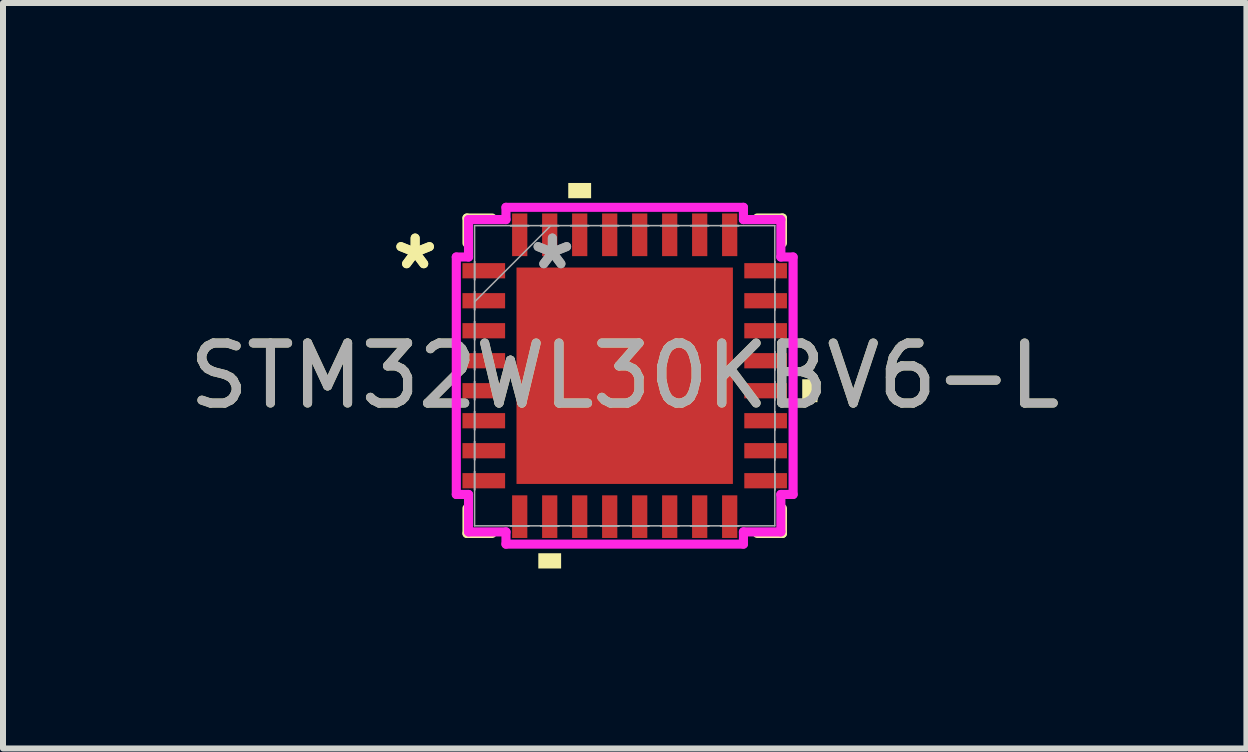
<source format=kicad_pcb>
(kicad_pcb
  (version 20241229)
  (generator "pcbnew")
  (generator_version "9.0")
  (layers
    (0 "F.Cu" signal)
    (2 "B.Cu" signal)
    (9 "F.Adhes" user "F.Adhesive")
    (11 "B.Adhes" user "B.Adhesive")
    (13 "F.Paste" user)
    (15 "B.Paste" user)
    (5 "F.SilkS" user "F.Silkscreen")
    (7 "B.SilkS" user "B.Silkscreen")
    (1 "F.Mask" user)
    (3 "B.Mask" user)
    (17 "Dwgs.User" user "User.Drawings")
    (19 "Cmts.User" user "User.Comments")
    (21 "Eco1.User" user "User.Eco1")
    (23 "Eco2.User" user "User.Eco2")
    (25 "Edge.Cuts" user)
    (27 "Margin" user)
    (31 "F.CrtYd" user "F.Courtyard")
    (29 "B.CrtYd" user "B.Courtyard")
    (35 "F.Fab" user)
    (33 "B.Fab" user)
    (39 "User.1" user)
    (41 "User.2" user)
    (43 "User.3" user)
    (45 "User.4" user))
  (footprint "STM32WL30KBV6-L"
    (layer "F.Cu")
    (at 7.363 3.213)
    (property "Reference" "STM32WL30KBV6-L" (at 0 0 0) (unlocked yes) (layer "F.SilkS") (effects (font (size 1 1) (thickness 0.15))))
    (attr smd)
    (fp_line (start -2.629 -2.629) (end -2.629 -2.21) (stroke (width 0.152) (type solid)) (layer "F.SilkS"))
    (fp_line (start -2.629 2.21) (end -2.629 2.629) (stroke (width 0.152) (type solid)) (layer "F.SilkS"))
    (fp_line (start -2.629 2.629) (end -2.21 2.629) (stroke (width 0.152) (type solid)) (layer "F.SilkS"))
    (fp_line (start -2.21 -2.629) (end -2.629 -2.629) (stroke (width 0.152) (type solid)) (layer "F.SilkS"))
    (fp_line (start 2.21 2.629) (end 2.629 2.629) (stroke (width 0.152) (type solid)) (layer "F.SilkS"))
    (fp_line (start 2.629 -2.629) (end 2.21 -2.629) (stroke (width 0.152) (type solid)) (layer "F.SilkS"))
    (fp_line (start 2.629 -2.21) (end 2.629 -2.629) (stroke (width 0.152) (type solid)) (layer "F.SilkS"))
    (fp_line (start 2.629 2.629) (end 2.629 2.21) (stroke (width 0.152) (type solid)) (layer "F.SilkS"))
    (fp_poly (pts (xy -1.44 2.959) (xy -1.44 3.213) (xy -1.06 3.213) (xy -1.06 2.959)) (stroke (width 0) (type solid)) (fill yes) (layer "F.SilkS"))
    (fp_poly (pts (xy -0.941 -2.959) (xy -0.941 -3.213) (xy -0.56 -3.213) (xy -0.56 -2.959)) (stroke (width 0) (type solid)) (fill yes) (layer "F.SilkS"))
    (fp_poly (pts (xy 3.213 0.059) (xy 3.213 0.441) (xy 2.959 0.441) (xy 2.959 0.059)) (stroke (width 0) (type solid)) (fill yes) (layer "F.SilkS"))
    (fp_line (start -2.807 -1.979) (end -2.603 -1.979) (stroke (width 0.152) (type solid)) (layer "F.CrtYd"))
    (fp_line (start -2.807 1.979) (end -2.807 -1.979) (stroke (width 0.152) (type solid)) (layer "F.CrtYd"))
    (fp_line (start -2.603 -2.603) (end -1.979 -2.603) (stroke (width 0.152) (type solid)) (layer "F.CrtYd"))
    (fp_line (start -2.603 -1.979) (end -2.603 -2.603) (stroke (width 0.152) (type solid)) (layer "F.CrtYd"))
    (fp_line (start -2.603 1.979) (end -2.807 1.979) (stroke (width 0.152) (type solid)) (layer "F.CrtYd"))
    (fp_line (start -2.603 2.603) (end -2.603 1.979) (stroke (width 0.152) (type solid)) (layer "F.CrtYd"))
    (fp_line (start -1.979 -2.807) (end 1.979 -2.807) (stroke (width 0.152) (type solid)) (layer "F.CrtYd"))
    (fp_line (start -1.979 -2.603) (end -1.979 -2.807) (stroke (width 0.152) (type solid)) (layer "F.CrtYd"))
    (fp_line (start -1.979 2.603) (end -2.603 2.603) (stroke (width 0.152) (type solid)) (layer "F.CrtYd"))
    (fp_line (start -1.979 2.807) (end -1.979 2.603) (stroke (width 0.152) (type solid)) (layer "F.CrtYd"))
    (fp_line (start 1.979 -2.807) (end 1.979 -2.603) (stroke (width 0.152) (type solid)) (layer "F.CrtYd"))
    (fp_line (start 1.979 -2.603) (end 2.603 -2.603) (stroke (width 0.152) (type solid)) (layer "F.CrtYd"))
    (fp_line (start 1.979 2.603) (end 1.979 2.807) (stroke (width 0.152) (type solid)) (layer "F.CrtYd"))
    (fp_line (start 1.979 2.807) (end -1.979 2.807) (stroke (width 0.152) (type solid)) (layer "F.CrtYd"))
    (fp_line (start 2.603 -2.603) (end 2.603 -1.979) (stroke (width 0.152) (type solid)) (layer "F.CrtYd"))
    (fp_line (start 2.603 -1.979) (end 2.807 -1.979) (stroke (width 0.152) (type solid)) (layer "F.CrtYd"))
    (fp_line (start 2.603 1.979) (end 2.603 2.603) (stroke (width 0.152) (type solid)) (layer "F.CrtYd"))
    (fp_line (start 2.603 2.603) (end 1.979 2.603) (stroke (width 0.152) (type solid)) (layer "F.CrtYd"))
    (fp_line (start 2.807 -1.979) (end 2.807 1.979) (stroke (width 0.152) (type solid)) (layer "F.CrtYd"))
    (fp_line (start 2.807 1.979) (end 2.603 1.979) (stroke (width 0.152) (type solid)) (layer "F.CrtYd"))
    (fp_line (start -2.502 -2.502) (end -2.502 2.502) (stroke (width 0.025) (type solid)) (layer "F.Fab"))
    (fp_line (start -2.502 -1.902) (end -2.502 -1.902) (stroke (width 0.025) (type solid)) (layer "F.Fab"))
    (fp_line (start -2.502 -1.902) (end -2.502 -1.598) (stroke (width 0.025) (type solid)) (layer "F.Fab"))
    (fp_line (start -2.502 -1.598) (end -2.502 -1.902) (stroke (width 0.025) (type solid)) (layer "F.Fab"))
    (fp_line (start -2.502 -1.598) (end -2.502 -1.598) (stroke (width 0.025) (type solid)) (layer "F.Fab"))
    (fp_line (start -2.502 -1.402) (end -2.502 -1.402) (stroke (width 0.025) (type solid)) (layer "F.Fab"))
    (fp_line (start -2.502 -1.402) (end -2.502 -1.098) (stroke (width 0.025) (type solid)) (layer "F.Fab"))
    (fp_line (start -2.502 -1.232) (end -1.232 -2.502) (stroke (width 0.025) (type solid)) (layer "F.Fab"))
    (fp_line (start -2.502 -1.098) (end -2.502 -1.402) (stroke (width 0.025) (type solid)) (layer "F.Fab"))
    (fp_line (start -2.502 -1.098) (end -2.502 -1.098) (stroke (width 0.025) (type solid)) (layer "F.Fab"))
    (fp_line (start -2.502 -0.902) (end -2.502 -0.902) (stroke (width 0.025) (type solid)) (layer "F.Fab"))
    (fp_line (start -2.502 -0.902) (end -2.502 -0.598) (stroke (width 0.025) (type solid)) (layer "F.Fab"))
    (fp_line (start -2.502 -0.598) (end -2.502 -0.902) (stroke (width 0.025) (type solid)) (layer "F.Fab"))
    (fp_line (start -2.502 -0.598) (end -2.502 -0.598) (stroke (width 0.025) (type solid)) (layer "F.Fab"))
    (fp_line (start -2.502 -0.402) (end -2.502 -0.402) (stroke (width 0.025) (type solid)) (layer "F.Fab"))
    (fp_line (start -2.502 -0.402) (end -2.502 -0.098) (stroke (width 0.025) (type solid)) (layer "F.Fab"))
    (fp_line (start -2.502 -0.098) (end -2.502 -0.402) (stroke (width 0.025) (type solid)) (layer "F.Fab"))
    (fp_line (start -2.502 -0.098) (end -2.502 -0.098) (stroke (width 0.025) (type solid)) (layer "F.Fab"))
    (fp_line (start -2.502 0.098) (end -2.502 0.098) (stroke (width 0.025) (type solid)) (layer "F.Fab"))
    (fp_line (start -2.502 0.098) (end -2.502 0.402) (stroke (width 0.025) (type solid)) (layer "F.Fab"))
    (fp_line (start -2.502 0.402) (end -2.502 0.098) (stroke (width 0.025) (type solid)) (layer "F.Fab"))
    (fp_line (start -2.502 0.402) (end -2.502 0.402) (stroke (width 0.025) (type solid)) (layer "F.Fab"))
    (fp_line (start -2.502 0.598) (end -2.502 0.598) (stroke (width 0.025) (type solid)) (layer "F.Fab"))
    (fp_line (start -2.502 0.598) (end -2.502 0.902) (stroke (width 0.025) (type solid)) (layer "F.Fab"))
    (fp_line (start -2.502 0.902) (end -2.502 0.598) (stroke (width 0.025) (type solid)) (layer "F.Fab"))
    (fp_line (start -2.502 0.902) (end -2.502 0.902) (stroke (width 0.025) (type solid)) (layer "F.Fab"))
    (fp_line (start -2.502 1.098) (end -2.502 1.098) (stroke (width 0.025) (type solid)) (layer "F.Fab"))
    (fp_line (start -2.502 1.098) (end -2.502 1.402) (stroke (width 0.025) (type solid)) (layer "F.Fab"))
    (fp_line (start -2.502 1.402) (end -2.502 1.098) (stroke (width 0.025) (type solid)) (layer "F.Fab"))
    (fp_line (start -2.502 1.402) (end -2.502 1.402) (stroke (width 0.025) (type solid)) (layer "F.Fab"))
    (fp_line (start -2.502 1.598) (end -2.502 1.598) (stroke (width 0.025) (type solid)) (layer "F.Fab"))
    (fp_line (start -2.502 1.598) (end -2.502 1.902) (stroke (width 0.025) (type solid)) (layer "F.Fab"))
    (fp_line (start -2.502 1.902) (end -2.502 1.598) (stroke (width 0.025) (type solid)) (layer "F.Fab"))
    (fp_line (start -2.502 1.902) (end -2.502 1.902) (stroke (width 0.025) (type solid)) (layer "F.Fab"))
    (fp_line (start -2.502 2.502) (end 2.502 2.502) (stroke (width 0.025) (type solid)) (layer "F.Fab"))
    (fp_line (start -1.902 -2.502) (end -1.902 -2.502) (stroke (width 0.025) (type solid)) (layer "F.Fab"))
    (fp_line (start -1.902 -2.502) (end -1.598 -2.502) (stroke (width 0.025) (type solid)) (layer "F.Fab"))
    (fp_line (start -1.902 2.502) (end -1.902 2.502) (stroke (width 0.025) (type solid)) (layer "F.Fab"))
    (fp_line (start -1.902 2.502) (end -1.598 2.502) (stroke (width 0.025) (type solid)) (layer "F.Fab"))
    (fp_line (start -1.598 -2.502) (end -1.902 -2.502) (stroke (width 0.025) (type solid)) (layer "F.Fab"))
    (fp_line (start -1.598 -2.502) (end -1.598 -2.502) (stroke (width 0.025) (type solid)) (layer "F.Fab"))
    (fp_line (start -1.598 2.502) (end -1.902 2.502) (stroke (width 0.025) (type solid)) (layer "F.Fab"))
    (fp_line (start -1.598 2.502) (end -1.598 2.502) (stroke (width 0.025) (type solid)) (layer "F.Fab"))
    (fp_line (start -1.402 -2.502) (end -1.402 -2.502) (stroke (width 0.025) (type solid)) (layer "F.Fab"))
    (fp_line (start -1.402 -2.502) (end -1.098 -2.502) (stroke (width 0.025) (type solid)) (layer "F.Fab"))
    (fp_line (start -1.402 2.502) (end -1.402 2.502) (stroke (width 0.025) (type solid)) (layer "F.Fab"))
    (fp_line (start -1.402 2.502) (end -1.098 2.502) (stroke (width 0.025) (type solid)) (layer "F.Fab"))
    (fp_line (start -1.098 -2.502) (end -1.402 -2.502) (stroke (width 0.025) (type solid)) (layer "F.Fab"))
    (fp_line (start -1.098 -2.502) (end -1.098 -2.502) (stroke (width 0.025) (type solid)) (layer "F.Fab"))
    (fp_line (start -1.098 2.502) (end -1.402 2.502) (stroke (width 0.025) (type solid)) (layer "F.Fab"))
    (fp_line (start -1.098 2.502) (end -1.098 2.502) (stroke (width 0.025) (type solid)) (layer "F.Fab"))
    (fp_line (start -0.902 -2.502) (end -0.902 -2.502) (stroke (width 0.025) (type solid)) (layer "F.Fab"))
    (fp_line (start -0.902 -2.502) (end -0.598 -2.502) (stroke (width 0.025) (type solid)) (layer "F.Fab"))
    (fp_line (start -0.902 2.502) (end -0.902 2.502) (stroke (width 0.025) (type solid)) (layer "F.Fab"))
    (fp_line (start -0.902 2.502) (end -0.598 2.502) (stroke (width 0.025) (type solid)) (layer "F.Fab"))
    (fp_line (start -0.598 -2.502) (end -0.902 -2.502) (stroke (width 0.025) (type solid)) (layer "F.Fab"))
    (fp_line (start -0.598 -2.502) (end -0.598 -2.502) (stroke (width 0.025) (type solid)) (layer "F.Fab"))
    (fp_line (start -0.598 2.502) (end -0.902 2.502) (stroke (width 0.025) (type solid)) (layer "F.Fab"))
    (fp_line (start -0.598 2.502) (end -0.598 2.502) (stroke (width 0.025) (type solid)) (layer "F.Fab"))
    (fp_line (start -0.402 -2.502) (end -0.402 -2.502) (stroke (width 0.025) (type solid)) (layer "F.Fab"))
    (fp_line (start -0.402 -2.502) (end -0.098 -2.502) (stroke (width 0.025) (type solid)) (layer "F.Fab"))
    (fp_line (start -0.402 2.502) (end -0.402 2.502) (stroke (width 0.025) (type solid)) (layer "F.Fab"))
    (fp_line (start -0.402 2.502) (end -0.098 2.502) (stroke (width 0.025) (type solid)) (layer "F.Fab"))
    (fp_line (start -0.098 -2.502) (end -0.402 -2.502) (stroke (width 0.025) (type solid)) (layer "F.Fab"))
    (fp_line (start -0.098 -2.502) (end -0.098 -2.502) (stroke (width 0.025) (type solid)) (layer "F.Fab"))
    (fp_line (start -0.098 2.502) (end -0.402 2.502) (stroke (width 0.025) (type solid)) (layer "F.Fab"))
    (fp_line (start -0.098 2.502) (end -0.098 2.502) (stroke (width 0.025) (type solid)) (layer "F.Fab"))
    (fp_line (start 0.098 -2.502) (end 0.098 -2.502) (stroke (width 0.025) (type solid)) (layer "F.Fab"))
    (fp_line (start 0.098 -2.502) (end 0.402 -2.502) (stroke (width 0.025) (type solid)) (layer "F.Fab"))
    (fp_line (start 0.098 2.502) (end 0.098 2.502) (stroke (width 0.025) (type solid)) (layer "F.Fab"))
    (fp_line (start 0.098 2.502) (end 0.402 2.502) (stroke (width 0.025) (type solid)) (layer "F.Fab"))
    (fp_line (start 0.402 -2.502) (end 0.098 -2.502) (stroke (width 0.025) (type solid)) (layer "F.Fab"))
    (fp_line (start 0.402 -2.502) (end 0.402 -2.502) (stroke (width 0.025) (type solid)) (layer "F.Fab"))
    (fp_line (start 0.402 2.502) (end 0.098 2.502) (stroke (width 0.025) (type solid)) (layer "F.Fab"))
    (fp_line (start 0.402 2.502) (end 0.402 2.502) (stroke (width 0.025) (type solid)) (layer "F.Fab"))
    (fp_line (start 0.598 -2.502) (end 0.598 -2.502) (stroke (width 0.025) (type solid)) (layer "F.Fab"))
    (fp_line (start 0.598 -2.502) (end 0.902 -2.502) (stroke (width 0.025) (type solid)) (layer "F.Fab"))
    (fp_line (start 0.598 2.502) (end 0.598 2.502) (stroke (width 0.025) (type solid)) (layer "F.Fab"))
    (fp_line (start 0.598 2.502) (end 0.902 2.502) (stroke (width 0.025) (type solid)) (layer "F.Fab"))
    (fp_line (start 0.902 -2.502) (end 0.598 -2.502) (stroke (width 0.025) (type solid)) (layer "F.Fab"))
    (fp_line (start 0.902 -2.502) (end 0.902 -2.502) (stroke (width 0.025) (type solid)) (layer "F.Fab"))
    (fp_line (start 0.902 2.502) (end 0.598 2.502) (stroke (width 0.025) (type solid)) (layer "F.Fab"))
    (fp_line (start 0.902 2.502) (end 0.902 2.502) (stroke (width 0.025) (type solid)) (layer "F.Fab"))
    (fp_line (start 1.098 -2.502) (end 1.098 -2.502) (stroke (width 0.025) (type solid)) (layer "F.Fab"))
    (fp_line (start 1.098 -2.502) (end 1.402 -2.502) (stroke (width 0.025) (type solid)) (layer "F.Fab"))
    (fp_line (start 1.098 2.502) (end 1.098 2.502) (stroke (width 0.025) (type solid)) (layer "F.Fab"))
    (fp_line (start 1.098 2.502) (end 1.402 2.502) (stroke (width 0.025) (type solid)) (layer "F.Fab"))
    (fp_line (start 1.402 -2.502) (end 1.098 -2.502) (stroke (width 0.025) (type solid)) (layer "F.Fab"))
    (fp_line (start 1.402 -2.502) (end 1.402 -2.502) (stroke (width 0.025) (type solid)) (layer "F.Fab"))
    (fp_line (start 1.402 2.502) (end 1.098 2.502) (stroke (width 0.025) (type solid)) (layer "F.Fab"))
    (fp_line (start 1.402 2.502) (end 1.402 2.502) (stroke (width 0.025) (type solid)) (layer "F.Fab"))
    (fp_line (start 1.598 -2.502) (end 1.598 -2.502) (stroke (width 0.025) (type solid)) (layer "F.Fab"))
    (fp_line (start 1.598 -2.502) (end 1.902 -2.502) (stroke (width 0.025) (type solid)) (layer "F.Fab"))
    (fp_line (start 1.598 2.502) (end 1.598 2.502) (stroke (width 0.025) (type solid)) (layer "F.Fab"))
    (fp_line (start 1.598 2.502) (end 1.902 2.502) (stroke (width 0.025) (type solid)) (layer "F.Fab"))
    (fp_line (start 1.902 -2.502) (end 1.598 -2.502) (stroke (width 0.025) (type solid)) (layer "F.Fab"))
    (fp_line (start 1.902 -2.502) (end 1.902 -2.502) (stroke (width 0.025) (type solid)) (layer "F.Fab"))
    (fp_line (start 1.902 2.502) (end 1.598 2.502) (stroke (width 0.025) (type solid)) (layer "F.Fab"))
    (fp_line (start 1.902 2.502) (end 1.902 2.502) (stroke (width 0.025) (type solid)) (layer "F.Fab"))
    (fp_line (start 2.502 -2.502) (end -2.502 -2.502) (stroke (width 0.025) (type solid)) (layer "F.Fab"))
    (fp_line (start 2.502 -1.902) (end 2.502 -1.902) (stroke (width 0.025) (type solid)) (layer "F.Fab"))
    (fp_line (start 2.502 -1.902) (end 2.502 -1.598) (stroke (width 0.025) (type solid)) (layer "F.Fab"))
    (fp_line (start 2.502 -1.598) (end 2.502 -1.902) (stroke (width 0.025) (type solid)) (layer "F.Fab"))
    (fp_line (start 2.502 -1.598) (end 2.502 -1.598) (stroke (width 0.025) (type solid)) (layer "F.Fab"))
    (fp_line (start 2.502 -1.402) (end 2.502 -1.402) (stroke (width 0.025) (type solid)) (layer "F.Fab"))
    (fp_line (start 2.502 -1.402) (end 2.502 -1.098) (stroke (width 0.025) (type solid)) (layer "F.Fab"))
    (fp_line (start 2.502 -1.098) (end 2.502 -1.402) (stroke (width 0.025) (type solid)) (layer "F.Fab"))
    (fp_line (start 2.502 -1.098) (end 2.502 -1.098) (stroke (width 0.025) (type solid)) (layer "F.Fab"))
    (fp_line (start 2.502 -0.902) (end 2.502 -0.902) (stroke (width 0.025) (type solid)) (layer "F.Fab"))
    (fp_line (start 2.502 -0.902) (end 2.502 -0.598) (stroke (width 0.025) (type solid)) (layer "F.Fab"))
    (fp_line (start 2.502 -0.598) (end 2.502 -0.902) (stroke (width 0.025) (type solid)) (layer "F.Fab"))
    (fp_line (start 2.502 -0.598) (end 2.502 -0.598) (stroke (width 0.025) (type solid)) (layer "F.Fab"))
    (fp_line (start 2.502 -0.402) (end 2.502 -0.402) (stroke (width 0.025) (type solid)) (layer "F.Fab"))
    (fp_line (start 2.502 -0.402) (end 2.502 -0.098) (stroke (width 0.025) (type solid)) (layer "F.Fab"))
    (fp_line (start 2.502 -0.098) (end 2.502 -0.402) (stroke (width 0.025) (type solid)) (layer "F.Fab"))
    (fp_line (start 2.502 -0.098) (end 2.502 -0.098) (stroke (width 0.025) (type solid)) (layer "F.Fab"))
    (fp_line (start 2.502 0.098) (end 2.502 0.098) (stroke (width 0.025) (type solid)) (layer "F.Fab"))
    (fp_line (start 2.502 0.098) (end 2.502 0.402) (stroke (width 0.025) (type solid)) (layer "F.Fab"))
    (fp_line (start 2.502 0.402) (end 2.502 0.098) (stroke (width 0.025) (type solid)) (layer "F.Fab"))
    (fp_line (start 2.502 0.402) (end 2.502 0.402) (stroke (width 0.025) (type solid)) (layer "F.Fab"))
    (fp_line (start 2.502 0.598) (end 2.502 0.598) (stroke (width 0.025) (type solid)) (layer "F.Fab"))
    (fp_line (start 2.502 0.598) (end 2.502 0.902) (stroke (width 0.025) (type solid)) (layer "F.Fab"))
    (fp_line (start 2.502 0.902) (end 2.502 0.598) (stroke (width 0.025) (type solid)) (layer "F.Fab"))
    (fp_line (start 2.502 0.902) (end 2.502 0.902) (stroke (width 0.025) (type solid)) (layer "F.Fab"))
    (fp_line (start 2.502 1.098) (end 2.502 1.098) (stroke (width 0.025) (type solid)) (layer "F.Fab"))
    (fp_line (start 2.502 1.098) (end 2.502 1.402) (stroke (width 0.025) (type solid)) (layer "F.Fab"))
    (fp_line (start 2.502 1.402) (end 2.502 1.098) (stroke (width 0.025) (type solid)) (layer "F.Fab"))
    (fp_line (start 2.502 1.402) (end 2.502 1.402) (stroke (width 0.025) (type solid)) (layer "F.Fab"))
    (fp_line (start 2.502 1.598) (end 2.502 1.598) (stroke (width 0.025) (type solid)) (layer "F.Fab"))
    (fp_line (start 2.502 1.598) (end 2.502 1.902) (stroke (width 0.025) (type solid)) (layer "F.Fab"))
    (fp_line (start 2.502 1.902) (end 2.502 1.598) (stroke (width 0.025) (type solid)) (layer "F.Fab"))
    (fp_line (start 2.502 1.902) (end 2.502 1.902) (stroke (width 0.025) (type solid)) (layer "F.Fab"))
    (fp_line (start 2.502 2.502) (end 2.502 -2.502) (stroke (width 0.025) (type solid)) (layer "F.Fab"))
    (fp_text user "*" (at -3.493 -1.75 0) (unlocked yes) (layer "F.SilkS") (effects (font (size 1 1) (thickness 0.15))))
    (fp_text user "*" (at -3.493 -1.75 0) (layer "F.SilkS") (effects (font (size 1 1) (thickness 0.15))))
    (fp_text user "${REFERENCE}" (at 0 0 0) (unlocked yes) (layer "F.Fab") (effects (font (size 1 1) (thickness 0.15))))
    (fp_text user "*" (at -1.206 -1.75 0) (unlocked yes) (layer "F.Fab") (effects (font (size 1 1) (thickness 0.15))))
    (fp_text user "*" (at -1.206 -1.75 0) (layer "F.Fab") (effects (font (size 1 1) (thickness 0.15))))
    (pad "1" smd rect (at -2.349 -1.75 90) (size 0.254 0.711) (layers "F.Cu" "F.Mask" "F.Paste"))
    (pad "2" smd rect (at -2.349 -1.25 90) (size 0.254 0.711) (layers "F.Cu" "F.Mask" "F.Paste"))
    (pad "3" smd rect (at -2.349 -0.75 90) (size 0.254 0.711) (layers "F.Cu" "F.Mask" "F.Paste"))
    (pad "4" smd rect (at -2.349 -0.25 90) (size 0.254 0.711) (layers "F.Cu" "F.Mask" "F.Paste"))
    (pad "5" smd rect (at -2.349 0.25 90) (size 0.254 0.711) (layers "F.Cu" "F.Mask" "F.Paste"))
    (pad "6" smd rect (at -2.349 0.75 90) (size 0.254 0.711) (layers "F.Cu" "F.Mask" "F.Paste"))
    (pad "7" smd rect (at -2.349 1.25 90) (size 0.254 0.711) (layers "F.Cu" "F.Mask" "F.Paste"))
    (pad "8" smd rect (at -2.349 1.75 90) (size 0.254 0.711) (layers "F.Cu" "F.Mask" "F.Paste"))
    (pad "9" smd rect (at -1.75 2.349) (size 0.254 0.711) (layers "F.Cu" "F.Mask" "F.Paste"))
    (pad "10" smd rect (at -1.25 2.349) (size 0.254 0.711) (layers "F.Cu" "F.Mask" "F.Paste"))
    (pad "11" smd rect (at -0.75 2.349) (size 0.254 0.711) (layers "F.Cu" "F.Mask" "F.Paste"))
    (pad "12" smd rect (at -0.25 2.349) (size 0.254 0.711) (layers "F.Cu" "F.Mask" "F.Paste"))
    (pad "13" smd rect (at 0.25 2.349) (size 0.254 0.711) (layers "F.Cu" "F.Mask" "F.Paste"))
    (pad "14" smd rect (at 0.75 2.349) (size 0.254 0.711) (layers "F.Cu" "F.Mask" "F.Paste"))
    (pad "15" smd rect (at 1.25 2.349) (size 0.254 0.711) (layers "F.Cu" "F.Mask" "F.Paste"))
    (pad "16" smd rect (at 1.75 2.349) (size 0.254 0.711) (layers "F.Cu" "F.Mask" "F.Paste"))
    (pad "17" smd rect (at 2.349 1.75 90) (size 0.254 0.711) (layers "F.Cu" "F.Mask" "F.Paste"))
    (pad "18" smd rect (at 2.349 1.25 90) (size 0.254 0.711) (layers "F.Cu" "F.Mask" "F.Paste"))
    (pad "19" smd rect (at 2.349 0.75 90) (size 0.254 0.711) (layers "F.Cu" "F.Mask" "F.Paste"))
    (pad "20" smd rect (at 2.349 0.25 90) (size 0.254 0.711) (layers "F.Cu" "F.Mask" "F.Paste"))
    (pad "21" smd rect (at 2.349 -0.25 90) (size 0.254 0.711) (layers "F.Cu" "F.Mask" "F.Paste"))
    (pad "22" smd rect (at 2.349 -0.75 90) (size 0.254 0.711) (layers "F.Cu" "F.Mask" "F.Paste"))
    (pad "23" smd rect (at 2.349 -1.25 90) (size 0.254 0.711) (layers "F.Cu" "F.Mask" "F.Paste"))
    (pad "24" smd rect (at 2.349 -1.75 90) (size 0.254 0.711) (layers "F.Cu" "F.Mask" "F.Paste"))
    (pad "25" smd rect (at 1.75 -2.349) (size 0.254 0.711) (layers "F.Cu" "F.Mask" "F.Paste"))
    (pad "26" smd rect (at 1.25 -2.349) (size 0.254 0.711) (layers "F.Cu" "F.Mask" "F.Paste"))
    (pad "27" smd rect (at 0.75 -2.349) (size 0.254 0.711) (layers "F.Cu" "F.Mask" "F.Paste"))
    (pad "28" smd rect (at 0.25 -2.349) (size 0.254 0.711) (layers "F.Cu" "F.Mask" "F.Paste"))
    (pad "29" smd rect (at -0.25 -2.349) (size 0.254 0.711) (layers "F.Cu" "F.Mask" "F.Paste"))
    (pad "30" smd rect (at -0.75 -2.349) (size 0.254 0.711) (layers "F.Cu" "F.Mask" "F.Paste"))
    (pad "31" smd rect (at -1.25 -2.349) (size 0.254 0.711) (layers "F.Cu" "F.Mask" "F.Paste"))
    (pad "32" smd rect (at -1.75 -2.349) (size 0.254 0.711) (layers "F.Cu" "F.Mask" "F.Paste"))
    (pad "33" smd rect (at 0 0) (size 3.607 3.607) (layers "F.Cu" "F.Mask" "F.Paste")))
  (gr_rect
    (start -3 -3)
    (end 17.726 9.426)
    (stroke (width 0.1) (type default))
    (fill no)
    (layer "Edge.Cuts")))
</source>
